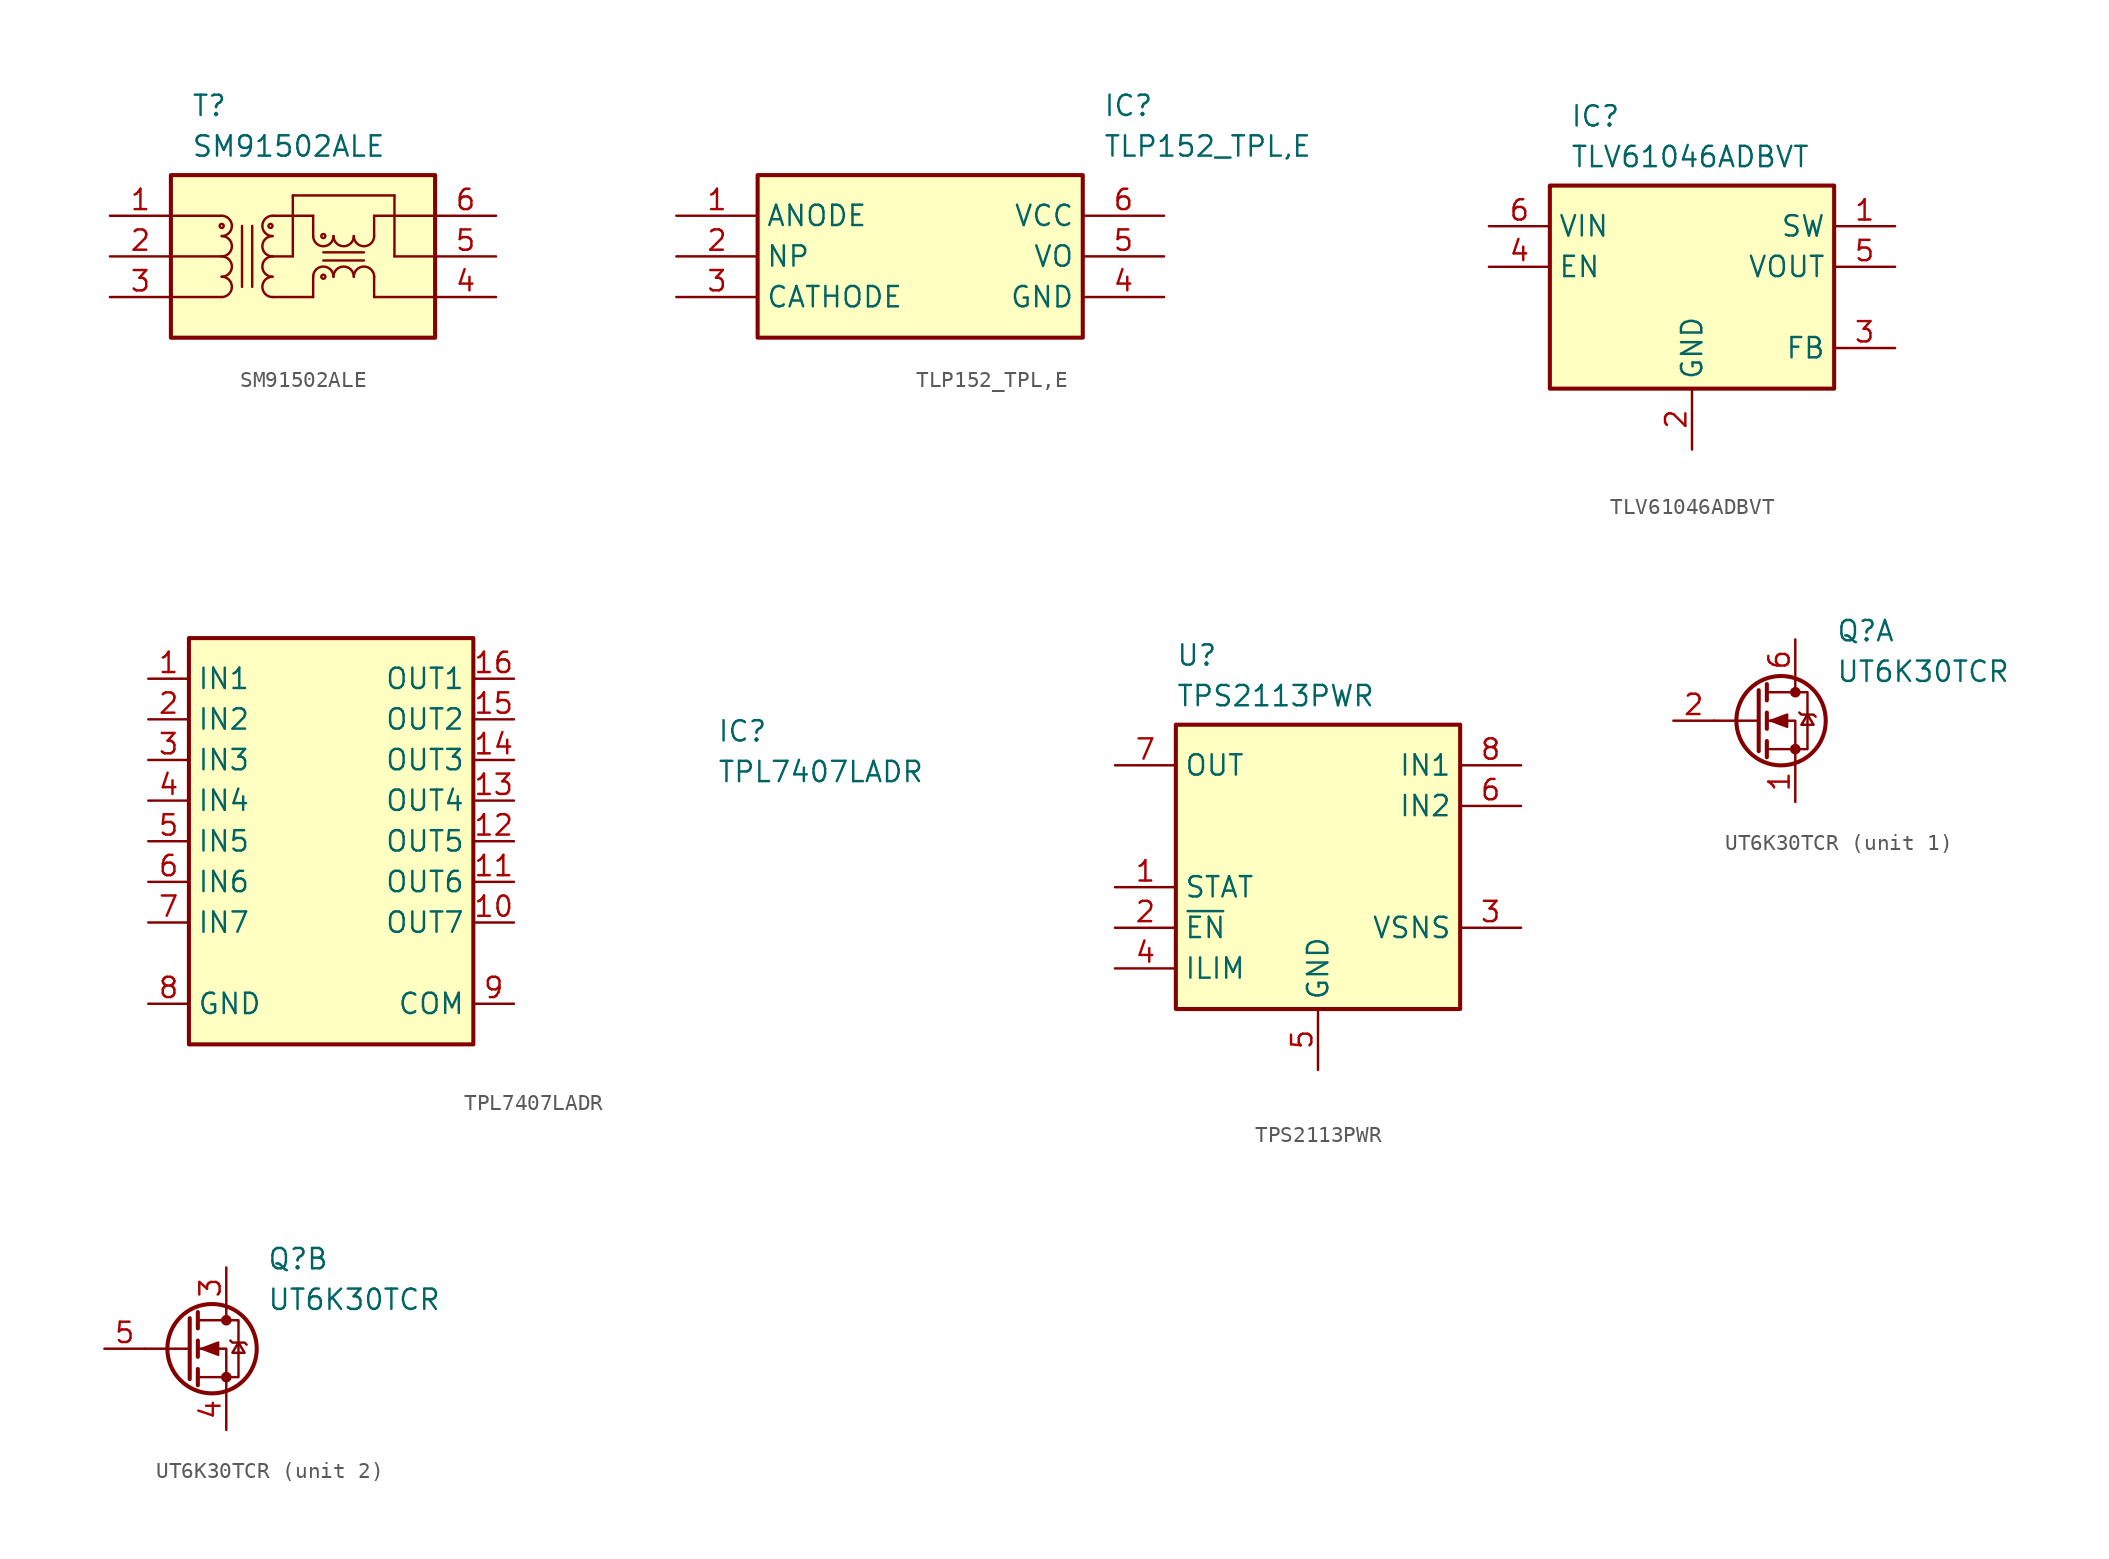
<source format=kicad_sym>
(kicad_symbol_lib
  (version 20241209)
  (generator "kicad_symbol_editor")
  (generator_version "9.0")
  (symbol "SM91502ALE"
    (pin_names
      (hide yes))
    (property "Reference" "T"
      (at -6.35 10.16 0)
      (effects (font (size 1.27 1.27)) (justify left top)))
    (property "Value" "SM91502ALE"
      (at -6.35 7.62 0)
      (effects (font (size 1.27 1.27)) (justify left top)))
    (symbol "SM91502ALE_0_1"
      (polyline (pts (xy -7.62 2.54) (xy -4.445 2.54)) (stroke (width 0) (type default)) (fill (type none)))
      (polyline (pts (xy -7.62 0) (xy -4.445 0)) (stroke (width 0) (type default)) (fill (type none)))
      (polyline (pts (xy -7.62 -2.54) (xy -4.445 -2.54)) (stroke (width 0) (type default)) (fill (type none)))
      (polyline (pts (xy -1.27 2.54) (xy 1.27 2.54)) (stroke (width 0) (type default)) (fill (type none)))
      (polyline (pts (xy -1.27 -2.54) (xy 1.27 -2.54)) (stroke (width 0) (type default)) (fill (type none)))
      (polyline (pts (xy 0 3.81) (xy 6.35 3.81)) (stroke (width 0) (type default)) (fill (type none)))
      (polyline (pts (xy 0 0) (xy -1.27 0)) (stroke (width 0) (type default)) (fill (type none)))
      (polyline (pts (xy 0 0) (xy 0 3.81)) (stroke (width 0) (type default)) (fill (type none)))
      (polyline (pts (xy 1.27 2.54) (xy 1.27 1.27)) (stroke (width 0) (type default)) (fill (type none)))
      (polyline (pts (xy 1.27 -1.27) (xy 1.27 -2.54)) (stroke (width 0) (type default)) (fill (type none)))
      (polyline (pts (xy 5.08 2.54) (xy 8.89 2.54)) (stroke (width 0) (type default)) (fill (type none)))
      (polyline (pts (xy 5.08 1.27) (xy 5.08 2.54)) (stroke (width 0) (type default)) (fill (type none)))
      (polyline (pts (xy 5.08 -2.54) (xy 5.08 -1.27)) (stroke (width 0) (type default)) (fill (type none)))
      (polyline (pts (xy 5.08 -2.54) (xy 8.89 -2.54)) (stroke (width 0) (type default)) (fill (type none)))
      (polyline (pts (xy 6.35 0) (xy 6.35 3.81)) (stroke (width 0) (type default)) (fill (type none)))
      (polyline (pts (xy 6.35 0) (xy 8.89 0)) (stroke (width 0) (type default)) (fill (type none))))
    (symbol "SM91502ALE_1_1"
      (rectangle (start -7.62 5.08) (end 8.89 -5.08) (stroke (width 0.254) (type default)) (fill (type background)))
      (arc (start -4.445 2.54) (mid -3.8127 1.905) (end -4.445 1.27) (stroke (width 0) (type default)) (fill (type none)))
      (arc (start -4.445 1.27) (mid -3.8127 0.635) (end -4.445 0) (stroke (width 0) (type default)) (fill (type none)))
      (arc (start -4.445 0) (mid -3.8127 -0.635) (end -4.445 -1.27) (stroke (width 0) (type default)) (fill (type none)))
      (arc (start -4.445 -1.27) (mid -3.8127 -1.905) (end -4.445 -2.54) (stroke (width 0) (type default)) (fill (type none)))
      (circle (center -4.445 1.905) (radius 0.127) (stroke (width 0) (type default)) (fill (type none)))
      (polyline (pts (xy -3.175 1.905) (xy -3.175 -1.905)) (stroke (width 0) (type default)) (fill (type none)))
      (polyline (pts (xy -2.54 1.905) (xy -2.54 -1.905)) (stroke (width 0) (type default)) (fill (type none)))
      (circle (center -1.397 1.905) (radius 0.127) (stroke (width 0) (type default)) (fill (type none)))
      (arc (start -1.27 1.27) (mid -1.9023 1.905) (end -1.27 2.54) (stroke (width 0) (type default)) (fill (type none)))
      (arc (start -1.27 0) (mid -1.9023 0.635) (end -1.27 1.27) (stroke (width 0) (type default)) (fill (type none)))
      (arc (start -1.27 -1.27) (mid -1.9023 -0.635) (end -1.27 0) (stroke (width 0) (type default)) (fill (type none)))
      (arc (start -1.27 -2.54) (mid -1.9023 -1.905) (end -1.27 -1.27) (stroke (width 0) (type default)) (fill (type none)))
      (arc (start 2.54 1.27) (mid 1.905 0.6377) (end 1.27 1.27) (stroke (width 0) (type default)) (fill (type none)))
      (circle (center 1.905 1.27) (radius 0.127) (stroke (width 0) (type default)) (fill (type none)))
      (circle (center 1.905 -1.27) (radius 0.127) (stroke (width 0) (type default)) (fill (type none)))
      (arc (start 1.27 -1.27) (mid 1.905 -0.6377) (end 2.54 -1.27) (stroke (width 0) (type default)) (fill (type none)))
      (arc (start 3.81 1.27) (mid 3.175 0.6377) (end 2.54 1.27) (stroke (width 0) (type default)) (fill (type none)))
      (arc (start 2.54 -1.27) (mid 3.175 -0.6377) (end 3.81 -1.27) (stroke (width 0) (type default)) (fill (type none)))
      (arc (start 5.08 1.27) (mid 4.445 0.6377) (end 3.81 1.27) (stroke (width 0) (type default)) (fill (type none)))
      (polyline (pts (xy 4.445 0.254) (xy 1.905 0.254)) (stroke (width 0) (type default)) (fill (type none)))
      (polyline (pts (xy 4.445 -0.254) (xy 1.905 -0.254)) (stroke (width 0) (type default)) (fill (type none)))
      (arc (start 3.81 -1.27) (mid 4.445 -0.6377) (end 5.08 -1.27) (stroke (width 0) (type default)) (fill (type none)))
      (pin passive line (at -11.43 2.54 0) (length 3.81) (name "PRI_1" (effects (font (size 1.27 1.27)))) (number "1" (effects (font (size 1.27 1.27)))))
      (pin passive line (at -11.43 0 0) (length 3.81) (name "PRI_2" (effects (font (size 1.27 1.27)))) (number "2" (effects (font (size 1.27 1.27)))))
      (pin passive line (at -11.43 -2.54 0) (length 3.81) (name "PRI_3" (effects (font (size 1.27 1.27)))) (number "3" (effects (font (size 1.27 1.27)))))
      (pin passive line (at 12.7 2.54 180) (length 3.81) (name "SEC_3" (effects (font (size 1.27 1.27)))) (number "6" (effects (font (size 1.27 1.27)))))
      (pin passive line (at 12.7 0 180) (length 3.81) (name "SEC_2" (effects (font (size 1.27 1.27)))) (number "5" (effects (font (size 1.27 1.27)))))
      (pin passive line (at 12.7 -2.54 180) (length 3.81) (name "SEC_1" (effects (font (size 1.27 1.27)))) (number "4" (effects (font (size 1.27 1.27)))))))
  (symbol "TLP152_TPL,E"
    (property "Reference" "IC"
      (at 26.67 7.62 0)
      (effects (font (size 1.27 1.27)) (justify left top)))
    (property "Value" "TLP152_TPL,E"
      (at 26.67 5.08 0)
      (effects (font (size 1.27 1.27)) (justify left top)))
    (symbol "TLP152_TPL,E_1_1"
      (rectangle (start 5.08 2.54) (end 25.4 -7.62) (stroke (width 0.254) (type default)) (fill (type background)))
      (pin passive line (at 0 0 0) (length 5.08) (name "ANODE" (effects (font (size 1.27 1.27)))) (number "1" (effects (font (size 1.27 1.27)))))
      (pin passive line (at 0 -2.54 0) (length 5.08) (name "NP" (effects (font (size 1.27 1.27)))) (number "2" (effects (font (size 1.27 1.27)))))
      (pin passive line (at 0 -5.08 0) (length 5.08) (name "CATHODE" (effects (font (size 1.27 1.27)))) (number "3" (effects (font (size 1.27 1.27)))))
      (pin passive line (at 30.48 0 180) (length 5.08) (name "VCC" (effects (font (size 1.27 1.27)))) (number "6" (effects (font (size 1.27 1.27)))))
      (pin passive line (at 30.48 -2.54 180) (length 5.08) (name "VO" (effects (font (size 1.27 1.27)))) (number "5" (effects (font (size 1.27 1.27)))))
      (pin passive line (at 30.48 -5.08 180) (length 5.08) (name "GND" (effects (font (size 1.27 1.27)))) (number "4" (effects (font (size 1.27 1.27)))))))
  (symbol "TLV61046ADBVT"
    (property "Reference" "IC"
      (at -7.62 12.7 0)
      (effects (font (size 1.27 1.27)) (justify left top)))
    (property "Value" "TLV61046ADBVT"
      (at -7.62 10.16 0)
      (effects (font (size 1.27 1.27)) (justify left top)))
    (symbol "TLV61046ADBVT_1_1"
      (rectangle (start -8.89 7.62) (end 8.89 -5.08) (stroke (width 0.254) (type default)) (fill (type background)))
      (pin passive line (at -12.7 5.08 0) (length 3.81) (name "VIN" (effects (font (size 1.27 1.27)))) (number "6" (effects (font (size 1.27 1.27)))))
      (pin passive line (at -12.7 2.54 0) (length 3.81) (name "EN" (effects (font (size 1.27 1.27)))) (number "4" (effects (font (size 1.27 1.27)))))
      (pin passive line (at 0 -8.89 90) (length 3.81) (name "GND" (effects (font (size 1.27 1.27)))) (number "2" (effects (font (size 1.27 1.27)))))
      (pin passive line (at 12.7 5.08 180) (length 3.81) (name "SW" (effects (font (size 1.27 1.27)))) (number "1" (effects (font (size 1.27 1.27)))))
      (pin passive line (at 12.7 2.54 180) (length 3.81) (name "VOUT" (effects (font (size 1.27 1.27)))) (number "5" (effects (font (size 1.27 1.27)))))
      (pin passive line (at 12.7 -2.54 180) (length 3.81) (name "FB" (effects (font (size 1.27 1.27)))) (number "3" (effects (font (size 1.27 1.27)))))))
  (symbol "TPL7407LADR"
    (property "Reference" "IC"
      (at 24.13 7.62 0)
      (effects (font (size 1.27 1.27)) (justify left top)))
    (property "Value" "TPL7407LADR"
      (at 24.13 5.08 0)
      (effects (font (size 1.27 1.27)) (justify left top)))
    (symbol "TPL7407LADR_1_1"
      (rectangle (start -8.89 12.7) (end 8.89 -12.7) (stroke (width 0.254) (type default)) (fill (type background)))
      (pin passive line (at -11.43 10.16 0) (length 2.54) (name "IN1" (effects (font (size 1.27 1.27)))) (number "1" (effects (font (size 1.27 1.27)))))
      (pin passive line (at -11.43 7.62 0) (length 2.54) (name "IN2" (effects (font (size 1.27 1.27)))) (number "2" (effects (font (size 1.27 1.27)))))
      (pin passive line (at -11.43 5.08 0) (length 2.54) (name "IN3" (effects (font (size 1.27 1.27)))) (number "3" (effects (font (size 1.27 1.27)))))
      (pin passive line (at -11.43 2.54 0) (length 2.54) (name "IN4" (effects (font (size 1.27 1.27)))) (number "4" (effects (font (size 1.27 1.27)))))
      (pin passive line (at -11.43 0 0) (length 2.54) (name "IN5" (effects (font (size 1.27 1.27)))) (number "5" (effects (font (size 1.27 1.27)))))
      (pin passive line (at -11.43 -2.54 0) (length 2.54) (name "IN6" (effects (font (size 1.27 1.27)))) (number "6" (effects (font (size 1.27 1.27)))))
      (pin passive line (at -11.43 -5.08 0) (length 2.54) (name "IN7" (effects (font (size 1.27 1.27)))) (number "7" (effects (font (size 1.27 1.27)))))
      (pin passive line (at -11.43 -10.16 0) (length 2.54) (name "GND" (effects (font (size 1.27 1.27)))) (number "8" (effects (font (size 1.27 1.27)))))
      (pin passive line (at 11.43 10.16 180) (length 2.54) (name "OUT1" (effects (font (size 1.27 1.27)))) (number "16" (effects (font (size 1.27 1.27)))))
      (pin passive line (at 11.43 7.62 180) (length 2.54) (name "OUT2" (effects (font (size 1.27 1.27)))) (number "15" (effects (font (size 1.27 1.27)))))
      (pin passive line (at 11.43 5.08 180) (length 2.54) (name "OUT3" (effects (font (size 1.27 1.27)))) (number "14" (effects (font (size 1.27 1.27)))))
      (pin passive line (at 11.43 2.54 180) (length 2.54) (name "OUT4" (effects (font (size 1.27 1.27)))) (number "13" (effects (font (size 1.27 1.27)))))
      (pin passive line (at 11.43 0 180) (length 2.54) (name "OUT5" (effects (font (size 1.27 1.27)))) (number "12" (effects (font (size 1.27 1.27)))))
      (pin passive line (at 11.43 -2.54 180) (length 2.54) (name "OUT6" (effects (font (size 1.27 1.27)))) (number "11" (effects (font (size 1.27 1.27)))))
      (pin passive line (at 11.43 -5.08 180) (length 2.54) (name "OUT7" (effects (font (size 1.27 1.27)))) (number "10" (effects (font (size 1.27 1.27)))))
      (pin passive line (at 11.43 -10.16 180) (length 2.54) (name "COM" (effects (font (size 1.27 1.27)))) (number "9" (effects (font (size 1.27 1.27)))))))
  (symbol "TPS2113PWR"
    (property "Reference" "U"
      (at -8.89 13.97 0)
      (effects (font (size 1.27 1.27)) (justify left top)))
    (property "Value" "TPS2113PWR"
      (at -8.89 11.43 0)
      (effects (font (size 1.27 1.27)) (justify left top)))
    (symbol "TPS2113PWR_1_1"
      (rectangle (start -8.89 8.89) (end 8.89 -8.89) (stroke (width 0.254) (type default)) (fill (type background)))
      (pin passive line (at -12.7 6.35 0) (length 3.81) (name "OUT" (effects (font (size 1.27 1.27)))) (number "7" (effects (font (size 1.27 1.27)))))
      (pin passive line (at -12.7 -1.27 0) (length 3.81) (name "STAT" (effects (font (size 1.27 1.27)))) (number "1" (effects (font (size 1.27 1.27)))))
      (pin passive line (at -12.7 -3.81 0) (length 3.81) (name "~{EN}" (effects (font (size 1.27 1.27)))) (number "2" (effects (font (size 1.27 1.27)))))
      (pin passive line (at -12.7 -6.35 0) (length 3.81) (name "ILIM" (effects (font (size 1.27 1.27)))) (number "4" (effects (font (size 1.27 1.27)))))
      (pin passive line (at 0 -12.7 90) (length 3.81) (name "GND" (effects (font (size 1.27 1.27)))) (number "5" (effects (font (size 1.27 1.27)))))
      (pin passive line (at 12.7 6.35 180) (length 3.81) (name "IN1" (effects (font (size 1.27 1.27)))) (number "8" (effects (font (size 1.27 1.27)))))
      (pin passive line (at 12.7 3.81 180) (length 3.81) (name "IN2" (effects (font (size 1.27 1.27)))) (number "6" (effects (font (size 1.27 1.27)))))
      (pin passive line (at 12.7 -3.81 180) (length 3.81) (name "VSNS" (effects (font (size 1.27 1.27)))) (number "3" (effects (font (size 1.27 1.27)))))))
  (symbol "UT6K30TCR"
    (pin_names
      (hide yes))
    (property "Reference" "Q"
      (at 2.54 6.35 0)
      (effects (font (size 1.27 1.27)) (justify left top)))
    (property "Value" "UT6K30TCR"
      (at 2.54 3.81 0)
      (effects (font (size 1.27 1.27)) (justify left top)))
    (symbol "UT6K30TCR_0_1"
      (polyline (pts (xy -2.286 1.905) (xy -2.286 -1.905)) (stroke (width 0.254) (type default)) (fill (type none)))
      (polyline (pts (xy -2.286 0) (xy -5.08 0)) (stroke (width 0) (type default)) (fill (type none)))
      (polyline (pts (xy -1.778 2.286) (xy -1.778 1.27)) (stroke (width 0.254) (type default)) (fill (type none)))
      (polyline (pts (xy -1.778 0.508) (xy -1.778 -0.508)) (stroke (width 0.254) (type default)) (fill (type none)))
      (polyline (pts (xy -1.778 -1.27) (xy -1.778 -2.286)) (stroke (width 0.254) (type default)) (fill (type none)))
      (polyline (pts (xy -1.778 -1.778) (xy 0.762 -1.778) (xy 0.762 1.778) (xy -1.778 1.778)) (stroke (width 0) (type default)) (fill (type none)))
      (polyline (pts (xy -1.524 0) (xy -0.508 0.381) (xy -0.508 -0.381) (xy -1.524 0)) (stroke (width 0) (type default)) (fill (type outline)))
      (circle (center -0.889 0) (radius 2.794) (stroke (width 0.254) (type default)) (fill (type none)))
      (polyline (pts (xy 0 2.54) (xy 0 1.778)) (stroke (width 0) (type default)) (fill (type none)))
      (circle (center 0 1.778) (radius 0.254) (stroke (width 0) (type default)) (fill (type outline)))
      (circle (center 0 -1.778) (radius 0.254) (stroke (width 0) (type default)) (fill (type outline)))
      (polyline (pts (xy 0 -2.54) (xy 0 0) (xy -1.778 0)) (stroke (width 0) (type default)) (fill (type none)))
      (polyline (pts (xy 0.254 0.508) (xy 0.381 0.381) (xy 1.143 0.381) (xy 1.27 0.254)) (stroke (width 0) (type default)) (fill (type none)))
      (polyline (pts (xy 0.762 0.381) (xy 0.381 -0.254) (xy 1.143 -0.254) (xy 0.762 0.381)) (stroke (width 0) (type default)) (fill (type none))))
    (symbol "UT6K30TCR_1_1"
      (pin input line (at -7.62 0 0) (length 2.54) (name "G" (effects (font (size 1.27 1.27)))) (number "2" (effects (font (size 1.27 1.27)))))
      (pin passive line (at 0 5.08 270) (length 2.54) (name "D" (effects (font (size 1.27 1.27)))) (number "6" (effects (font (size 1.27 1.27)))))
      (pin passive line (at 0 5.08 270) (length 2.54) (hide yes) (name "D" (effects (font (size 1.27 1.27)))) (number "7" (effects (font (size 1.27 1.27)))))
      (pin passive line (at 0 -5.08 90) (length 2.54) (name "S" (effects (font (size 1.27 1.27)))) (number "1" (effects (font (size 1.27 1.27))))))
    (symbol "UT6K30TCR_2_1"
      (pin passive line (at -7.62 0 0) (length 2.54) (name "G" (effects (font (size 1.27 1.27)))) (number "5" (effects (font (size 1.27 1.27)))))
      (pin passive line (at 0 5.08 270) (length 2.54) (name "D" (effects (font (size 1.27 1.27)))) (number "3" (effects (font (size 1.27 1.27)))))
      (pin passive line (at 0 5.08 270) (length 2.54) (hide yes) (name "D" (effects (font (size 1.27 1.27)))) (number "8" (effects (font (size 1.27 1.27)))))
      (pin passive line (at 0 -5.08 90) (length 2.54) (name "S" (effects (font (size 1.27 1.27)))) (number "4" (effects (font (size 1.27 1.27))))))))
</source>
